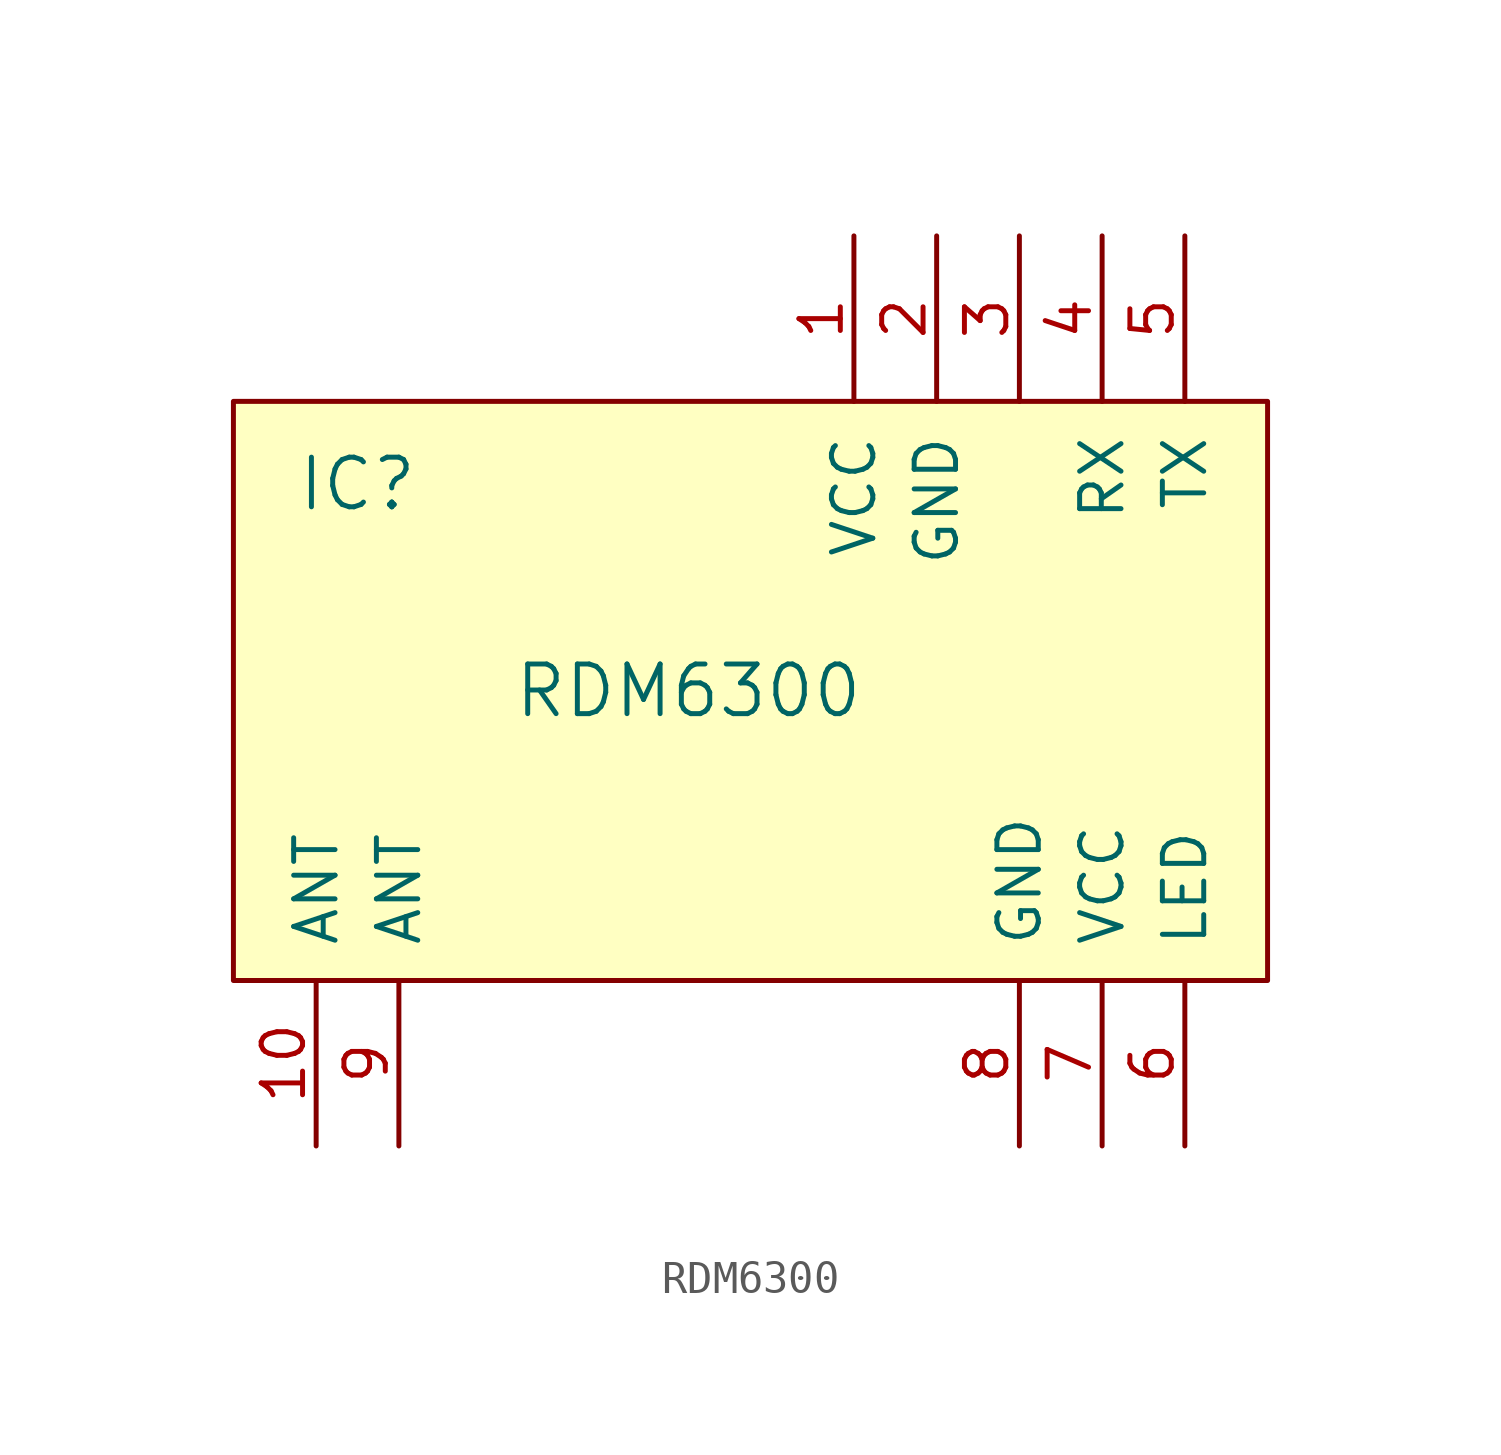
<source format=kicad_sym>
(kicad_symbol_lib
  (version 20231120)
  (generator "kicad_symbol_editor")
  (generator_version "8.0")
  (symbol "RDM6300"
    (pin_names
      (offset 1.016))
    (property "Reference" "IC"
      (at -11.43 6.35 0)
      (effects (font (size 1.524 1.524))))
    (property "Value" "RDM6300"
      (at -1.27 0 0)
      (effects (font (size 1.524 1.524))))
    (symbol "RDM6300_0_1"
      (rectangle (start 16.51 8.89) (end -15.24 -8.89) (stroke (width 0) (type solid)) (fill (type background))))
    (symbol "RDM6300_1_1"
      (pin power_in line (at 3.81 13.97 270) (length 5.08) (name "VCC" (effects (font (size 1.27 1.27)))) (number "1" (effects (font (size 1.27 1.27)))))
      (pin passive line (at -12.7 -13.97 90) (length 5.08) (name "ANT" (effects (font (size 1.27 1.27)))) (number "10" (effects (font (size 1.27 1.27)))))
      (pin power_in line (at 6.35 13.97 270) (length 5.08) (name "GND" (effects (font (size 1.27 1.27)))) (number "2" (effects (font (size 1.27 1.27)))))
      (pin input line (at 8.89 13.97 270) (length 5.08) (name "~" (effects (font (size 1.27 1.27)))) (number "3" (effects (font (size 1.27 1.27)))))
      (pin input line (at 11.43 13.97 270) (length 5.08) (name "RX" (effects (font (size 1.27 1.27)))) (number "4" (effects (font (size 1.27 1.27)))))
      (pin output line (at 13.97 13.97 270) (length 5.08) (name "TX" (effects (font (size 1.27 1.27)))) (number "5" (effects (font (size 1.27 1.27)))))
      (pin unspecified line (at 13.97 -13.97 90) (length 5.08) (name "LED" (effects (font (size 1.27 1.27)))) (number "6" (effects (font (size 1.27 1.27)))))
      (pin power_in line (at 11.43 -13.97 90) (length 5.08) (name "VCC" (effects (font (size 1.27 1.27)))) (number "7" (effects (font (size 1.27 1.27)))))
      (pin power_in line (at 8.89 -13.97 90) (length 5.08) (name "GND" (effects (font (size 1.27 1.27)))) (number "8" (effects (font (size 1.27 1.27)))))
      (pin output line (at -10.16 -13.97 90) (length 5.08) (name "ANT" (effects (font (size 1.27 1.27)))) (number "9" (effects (font (size 1.27 1.27))))))))
</source>
